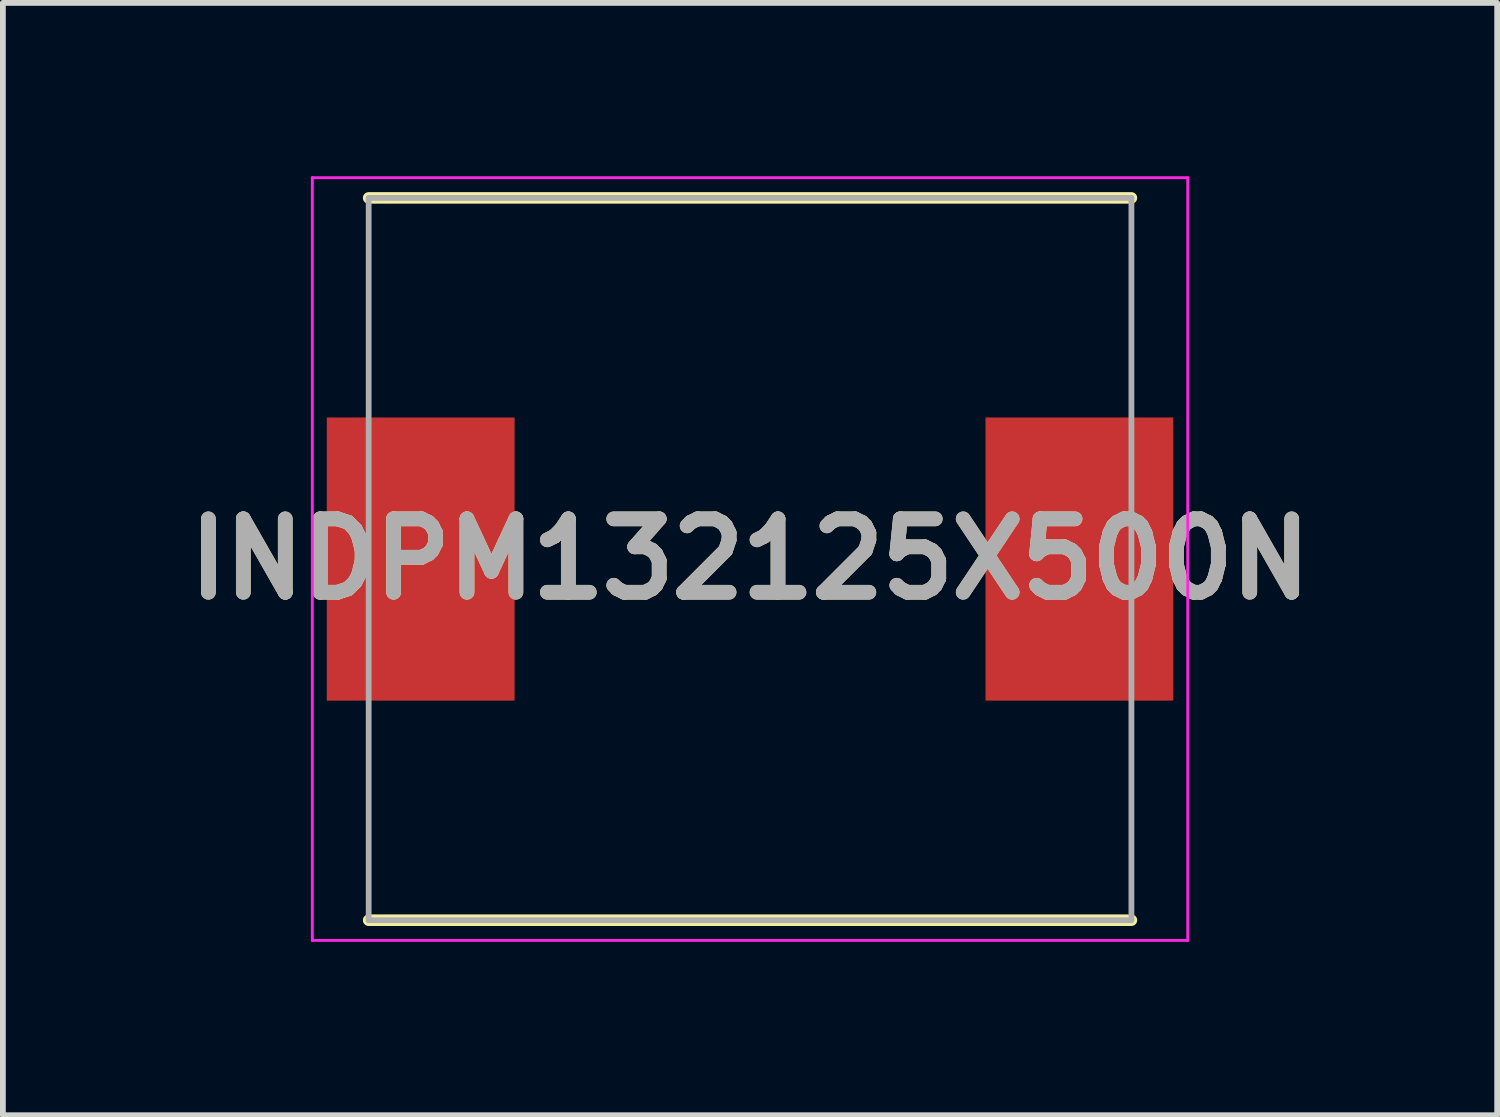
<source format=kicad_pcb>
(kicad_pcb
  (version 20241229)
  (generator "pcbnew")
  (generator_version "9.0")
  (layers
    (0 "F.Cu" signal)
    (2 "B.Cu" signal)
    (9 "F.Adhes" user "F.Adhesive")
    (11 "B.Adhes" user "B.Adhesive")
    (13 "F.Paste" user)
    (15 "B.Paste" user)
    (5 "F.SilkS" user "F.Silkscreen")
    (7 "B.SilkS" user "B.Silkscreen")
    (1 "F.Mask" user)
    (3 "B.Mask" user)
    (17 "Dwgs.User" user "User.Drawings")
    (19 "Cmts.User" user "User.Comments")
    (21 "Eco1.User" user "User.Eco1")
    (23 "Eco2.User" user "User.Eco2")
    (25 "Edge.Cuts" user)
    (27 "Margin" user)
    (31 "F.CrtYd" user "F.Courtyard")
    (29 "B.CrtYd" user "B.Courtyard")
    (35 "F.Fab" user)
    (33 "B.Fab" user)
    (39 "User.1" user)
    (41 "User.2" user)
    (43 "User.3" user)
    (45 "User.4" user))
  (footprint "INDPM132125X500N"
    (layer "F.Cu")
    (at 9.93 6.625)
    (property "Reference" "INDPM132125X500N" (at 0 0 0) (layer "F.SilkS") (effects (font (size 1.27 1.27) (thickness 0.254))))
    (attr smd)
    (fp_line (start -6.6 6.25) (end 6.6 6.25) (stroke (width 0.2) (type solid)) (layer "F.SilkS"))
    (fp_line (start 6.6 -6.25) (end -6.6 -6.25) (stroke (width 0.2) (type solid)) (layer "F.SilkS"))
    (fp_line (start -7.575 -6.6) (end 7.575 -6.6) (stroke (width 0.05) (type solid)) (layer "F.CrtYd"))
    (fp_line (start -7.575 6.6) (end -7.575 -6.6) (stroke (width 0.05) (type solid)) (layer "F.CrtYd"))
    (fp_line (start 7.575 -6.6) (end 7.575 6.6) (stroke (width 0.05) (type solid)) (layer "F.CrtYd"))
    (fp_line (start 7.575 6.6) (end -7.575 6.6) (stroke (width 0.05) (type solid)) (layer "F.CrtYd"))
    (fp_line (start -6.6 -6.25) (end 6.6 -6.25) (stroke (width 0.1) (type solid)) (layer "F.Fab"))
    (fp_line (start -6.6 6.25) (end -6.6 -6.25) (stroke (width 0.1) (type solid)) (layer "F.Fab"))
    (fp_line (start 6.6 -6.25) (end 6.6 6.25) (stroke (width 0.1) (type solid)) (layer "F.Fab"))
    (fp_line (start 6.6 6.25) (end -6.6 6.25) (stroke (width 0.1) (type solid)) (layer "F.Fab"))
    (fp_text user "${REFERENCE}" (at 0 0 0) (layer "F.Fab") (effects (font (size 1.27 1.27) (thickness 0.254))))
    (pad "1" smd rect (at -5.7 0) (size 3.25 4.9) (layers "F.Cu" "F.Mask" "F.Paste"))
    (pad "2" smd rect (at 5.7 0) (size 3.25 4.9) (layers "F.Cu" "F.Mask" "F.Paste")))
  (gr_rect
    (start -3 -3)
    (end 22.86 16.25)
    (stroke (width 0.1) (type default))
    (fill no)
    (layer "Edge.Cuts")))
</source>
